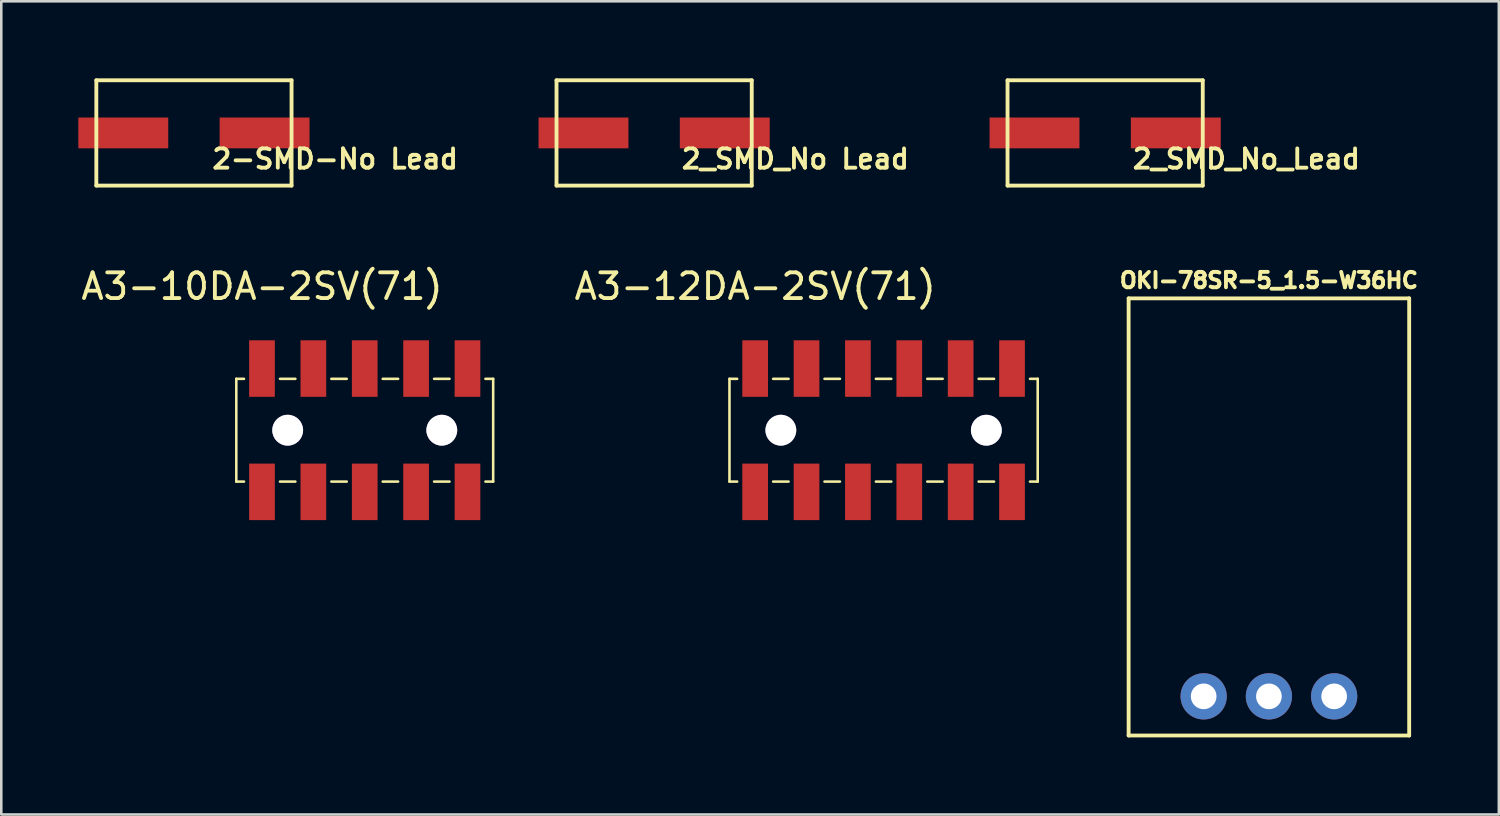
<source format=kicad_pcb>
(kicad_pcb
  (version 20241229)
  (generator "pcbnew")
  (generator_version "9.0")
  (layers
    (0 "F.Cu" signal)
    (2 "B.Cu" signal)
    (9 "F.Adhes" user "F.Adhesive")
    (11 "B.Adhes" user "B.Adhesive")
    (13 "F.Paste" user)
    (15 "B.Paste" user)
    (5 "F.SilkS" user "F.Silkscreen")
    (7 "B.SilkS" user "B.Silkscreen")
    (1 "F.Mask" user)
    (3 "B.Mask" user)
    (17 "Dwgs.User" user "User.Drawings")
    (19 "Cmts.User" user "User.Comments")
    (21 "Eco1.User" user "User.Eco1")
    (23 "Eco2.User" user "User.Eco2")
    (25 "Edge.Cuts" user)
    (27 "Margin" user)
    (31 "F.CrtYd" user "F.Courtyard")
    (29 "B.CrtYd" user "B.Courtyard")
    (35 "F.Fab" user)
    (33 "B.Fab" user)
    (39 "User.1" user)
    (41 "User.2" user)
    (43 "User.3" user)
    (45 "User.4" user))
  (footprint "2-SMD-No Lead"
    (layer "F.Cu")
    (at 4.5 2.125)
    (property "Reference" "2-SMD-No Lead" (at 5.497 1.013 0) (layer "F.SilkS") (effects (font (size 0.75 0.75) (thickness 0.15))))
    (attr smd)
    (fp_line (start -3.8 -2.05) (end -3.8 2.05) (stroke (width 0.15) (type solid)) (layer "F.SilkS"))
    (fp_line (start -3.8 2.05) (end 3.8 2.05) (stroke (width 0.15) (type solid)) (layer "F.SilkS"))
    (fp_line (start 3.8 -2.05) (end -3.8 -2.05) (stroke (width 0.15) (type solid)) (layer "F.SilkS"))
    (fp_line (start 3.8 2.05) (end 3.8 -2.05) (stroke (width 0.15) (type solid)) (layer "F.SilkS"))
    (pad "1" smd rect (at -2.75 0) (size 3.5 1.2) (layers "F.Cu" "F.Mask" "F.Paste"))
    (pad "2" smd rect (at 2.75 0) (size 3.5 1.2) (layers "F.Cu" "F.Mask" "F.Paste")))
  (footprint "OKI-78SR-5_1.5-W36HC"
    (layer "F.Cu")
    (at 46.348 17.074)
    (property "Reference" "OKI-78SR-5_1.5-W36HC" (at 0 -9.21 0) (layer "F.SilkS") (effects (font (size 0.6 0.6) (thickness 0.15))))
    (attr through_hole)
    (fp_line (start -5.461 -8.509) (end -5.461 8.509) (stroke (width 0.15) (type solid)) (layer "F.SilkS"))
    (fp_line (start -5.461 8.509) (end 5.461 8.509) (stroke (width 0.15) (type solid)) (layer "F.SilkS"))
    (fp_line (start 5.461 -8.509) (end -5.461 -8.509) (stroke (width 0.15) (type solid)) (layer "F.SilkS"))
    (fp_line (start 5.461 8.509) (end 5.461 -8.509) (stroke (width 0.15) (type solid)) (layer "F.SilkS"))
    (pad "1" thru_hole circle (at 2.54 6.985) (size 1.8 1.8) (drill 1) (layers "*.Cu" "*.Mask"))
    (pad "2" thru_hole circle (at 0 6.985) (size 1.8 1.8) (drill 1) (layers "*.Cu" "*.Mask"))
    (pad "3" thru_hole circle (at -2.54 6.985) (size 1.8 1.8) (drill 1) (layers "*.Cu" "*.Mask")))
  (footprint "A3-12DA-2SV(71)"
    (layer "F.Cu")
    (at 26.348 11.298)
    (property "Reference" "A3-12DA-2SV(71)" (at 0 -3.2 0) (layer "F.SilkS") (effects (font (size 1 1) (thickness 0.15))))
    (attr through_hole)
    (fp_line (start -1 0.4) (end -0.7 0.4) (stroke (width 0.1) (type solid)) (layer "F.SilkS"))
    (fp_line (start -1 4.4) (end -1 0.4) (stroke (width 0.1) (type solid)) (layer "F.SilkS"))
    (fp_line (start -1 4.4) (end -0.7 4.4) (stroke (width 0.1) (type solid)) (layer "F.SilkS"))
    (fp_line (start 0.7 0.4) (end 1.3 0.4) (stroke (width 0.1) (type solid)) (layer "F.SilkS"))
    (fp_line (start 0.7 4.4) (end 1.3 4.4) (stroke (width 0.1) (type solid)) (layer "F.SilkS"))
    (fp_line (start 2.7 0.4) (end 3.3 0.4) (stroke (width 0.1) (type solid)) (layer "F.SilkS"))
    (fp_line (start 2.7 4.4) (end 3.3 4.4) (stroke (width 0.1) (type solid)) (layer "F.SilkS"))
    (fp_line (start 4.7 0.4) (end 5.3 0.4) (stroke (width 0.1) (type solid)) (layer "F.SilkS"))
    (fp_line (start 4.7 4.4) (end 5.3 4.4) (stroke (width 0.1) (type solid)) (layer "F.SilkS"))
    (fp_line (start 6.7 0.4) (end 7.3 0.4) (stroke (width 0.1) (type solid)) (layer "F.SilkS"))
    (fp_line (start 6.7 4.4) (end 7.3 4.4) (stroke (width 0.1) (type solid)) (layer "F.SilkS"))
    (fp_line (start 8.7 0.4) (end 9.3 0.4) (stroke (width 0.1) (type solid)) (layer "F.SilkS"))
    (fp_line (start 8.7 4.4) (end 9.3 4.4) (stroke (width 0.1) (type solid)) (layer "F.SilkS"))
    (fp_line (start 10.7 0.4) (end 11 0.4) (stroke (width 0.1) (type solid)) (layer "F.SilkS"))
    (fp_line (start 10.7 4.4) (end 11 4.4) (stroke (width 0.1) (type solid)) (layer "F.SilkS"))
    (fp_line (start 11 4.4) (end 11 0.4) (stroke (width 0.1) (type solid)) (layer "F.SilkS"))
    (pad "" thru_hole circle (at 1 2.4) (size 1.2 1.2) (drill 1.2) (layers "*.Cu" "*.Mask"))
    (pad "" thru_hole circle (at 9 2.4) (size 1.2 1.2) (drill 1.2) (layers "*.Cu" "*.Mask"))
    (pad "1" smd rect (at 0 4.8 90) (size 2.2 1) (layers "F.Cu" "F.Mask" "F.Paste"))
    (pad "2" smd rect (at 0 0 90) (size 2.2 1) (layers "F.Cu" "F.Mask" "F.Paste"))
    (pad "3" smd rect (at 2 4.8 90) (size 2.2 1) (layers "F.Cu" "F.Mask" "F.Paste"))
    (pad "4" smd rect (at 2 0 90) (size 2.2 1) (layers "F.Cu" "F.Mask" "F.Paste"))
    (pad "5" smd rect (at 4 4.8 90) (size 2.2 1) (layers "F.Cu" "F.Mask" "F.Paste"))
    (pad "6" smd rect (at 4 0 90) (size 2.2 1) (layers "F.Cu" "F.Mask" "F.Paste"))
    (pad "7" smd rect (at 6 4.8 90) (size 2.2 1) (layers "F.Cu" "F.Mask" "F.Paste"))
    (pad "8" smd rect (at 6 0 90) (size 2.2 1) (layers "F.Cu" "F.Mask" "F.Paste"))
    (pad "9" smd rect (at 8 4.8 90) (size 2.2 1) (layers "F.Cu" "F.Mask" "F.Paste"))
    (pad "10" smd rect (at 8 0 90) (size 2.2 1) (layers "F.Cu" "F.Mask" "F.Paste"))
    (pad "11" smd rect (at 10 4.8 90) (size 2.2 1) (layers "F.Cu" "F.Mask" "F.Paste"))
    (pad "12" smd rect (at 10 0 90) (size 2.2 1) (layers "F.Cu" "F.Mask" "F.Paste")))
  (footprint "A3-10DA-2SV(71)"
    (layer "F.Cu")
    (at 7.149 11.298)
    (property "Reference" "A3-10DA-2SV(71)" (at 0 -3.2 0) (layer "F.SilkS") (effects (font (size 1 1) (thickness 0.15))))
    (attr through_hole)
    (fp_line (start -1 0.4) (end -0.7 0.4) (stroke (width 0.1) (type solid)) (layer "F.SilkS"))
    (fp_line (start -1 4.4) (end -1 0.4) (stroke (width 0.1) (type solid)) (layer "F.SilkS"))
    (fp_line (start -1 4.4) (end -0.7 4.4) (stroke (width 0.1) (type solid)) (layer "F.SilkS"))
    (fp_line (start 0.7 0.4) (end 1.3 0.4) (stroke (width 0.1) (type solid)) (layer "F.SilkS"))
    (fp_line (start 0.7 4.4) (end 1.3 4.4) (stroke (width 0.1) (type solid)) (layer "F.SilkS"))
    (fp_line (start 2.7 0.4) (end 3.3 0.4) (stroke (width 0.1) (type solid)) (layer "F.SilkS"))
    (fp_line (start 2.7 4.4) (end 3.3 4.4) (stroke (width 0.1) (type solid)) (layer "F.SilkS"))
    (fp_line (start 4.7 0.4) (end 5.3 0.4) (stroke (width 0.1) (type solid)) (layer "F.SilkS"))
    (fp_line (start 4.7 4.4) (end 5.3 4.4) (stroke (width 0.1) (type solid)) (layer "F.SilkS"))
    (fp_line (start 6.7 0.4) (end 7.3 0.4) (stroke (width 0.1) (type solid)) (layer "F.SilkS"))
    (fp_line (start 6.7 4.4) (end 7.3 4.4) (stroke (width 0.1) (type solid)) (layer "F.SilkS"))
    (fp_line (start 8.7 0.4) (end 9 0.4) (stroke (width 0.1) (type solid)) (layer "F.SilkS"))
    (fp_line (start 8.7 4.4) (end 9 4.4) (stroke (width 0.1) (type solid)) (layer "F.SilkS"))
    (fp_line (start 9 4.4) (end 9 0.4) (stroke (width 0.1) (type solid)) (layer "F.SilkS"))
    (pad "" thru_hole circle (at 1 2.4) (size 1.2 1.2) (drill 1.2) (layers "*.Cu" "*.Mask"))
    (pad "" thru_hole circle (at 7 2.4) (size 1.2 1.2) (drill 1.2) (layers "*.Cu" "*.Mask"))
    (pad "1" smd rect (at 0 4.8 90) (size 2.2 1) (layers "F.Cu" "F.Mask" "F.Paste"))
    (pad "2" smd rect (at 0 0 90) (size 2.2 1) (layers "F.Cu" "F.Mask" "F.Paste"))
    (pad "3" smd rect (at 2 4.8 90) (size 2.2 1) (layers "F.Cu" "F.Mask" "F.Paste"))
    (pad "4" smd rect (at 2 0 90) (size 2.2 1) (layers "F.Cu" "F.Mask" "F.Paste"))
    (pad "5" smd rect (at 4 4.8 90) (size 2.2 1) (layers "F.Cu" "F.Mask" "F.Paste"))
    (pad "6" smd rect (at 4 0 90) (size 2.2 1) (layers "F.Cu" "F.Mask" "F.Paste"))
    (pad "7" smd rect (at 6 4.8 90) (size 2.2 1) (layers "F.Cu" "F.Mask" "F.Paste"))
    (pad "8" smd rect (at 6 0 90) (size 2.2 1) (layers "F.Cu" "F.Mask" "F.Paste"))
    (pad "9" smd rect (at 8 4.8 90) (size 2.2 1) (layers "F.Cu" "F.Mask" "F.Paste"))
    (pad "10" smd rect (at 8 0 90) (size 2.2 1) (layers "F.Cu" "F.Mask" "F.Paste")))
  (footprint "2_SMD_No_Lead"
    (layer "F.Cu")
    (at 39.973 2.125)
    (property "Reference" "2_SMD_No_Lead" (at 5.497 1.013 0) (layer "F.SilkS") (effects (font (size 0.75 0.75) (thickness 0.15))))
    (attr smd)
    (fp_line (start -3.8 -2.05) (end -3.8 2.05) (stroke (width 0.15) (type solid)) (layer "F.SilkS"))
    (fp_line (start -3.8 2.05) (end 3.8 2.05) (stroke (width 0.15) (type solid)) (layer "F.SilkS"))
    (fp_line (start 3.8 -2.05) (end -3.8 -2.05) (stroke (width 0.15) (type solid)) (layer "F.SilkS"))
    (fp_line (start 3.8 2.05) (end 3.8 -2.05) (stroke (width 0.15) (type solid)) (layer "F.SilkS"))
    (pad "1" smd rect (at -2.75 0) (size 3.5 1.2) (layers "F.Cu" "F.Mask" "F.Paste"))
    (pad "2" smd rect (at 2.75 0) (size 3.5 1.2) (layers "F.Cu" "F.Mask" "F.Paste")))
  (footprint "2_SMD_No Lead"
    (layer "F.Cu")
    (at 22.415 2.125)
    (property "Reference" "2_SMD_No Lead" (at 5.497 1.013 0) (layer "F.SilkS") (effects (font (size 0.75 0.75) (thickness 0.15))))
    (attr smd)
    (fp_line (start -3.8 -2.05) (end -3.8 2.05) (stroke (width 0.15) (type solid)) (layer "F.SilkS"))
    (fp_line (start -3.8 2.05) (end 3.8 2.05) (stroke (width 0.15) (type solid)) (layer "F.SilkS"))
    (fp_line (start 3.8 -2.05) (end -3.8 -2.05) (stroke (width 0.15) (type solid)) (layer "F.SilkS"))
    (fp_line (start 3.8 2.05) (end 3.8 -2.05) (stroke (width 0.15) (type solid)) (layer "F.SilkS"))
    (pad "1" smd rect (at -2.75 0) (size 3.5 1.2) (layers "F.Cu" "F.Mask" "F.Paste"))
    (pad "2" smd rect (at 2.75 0) (size 3.5 1.2) (layers "F.Cu" "F.Mask" "F.Paste")))
  (gr_rect
    (start -3 -3)
    (end 55.299 28.658)
    (stroke (width 0.1) (type default))
    (fill no)
    (layer "Edge.Cuts")))
</source>
